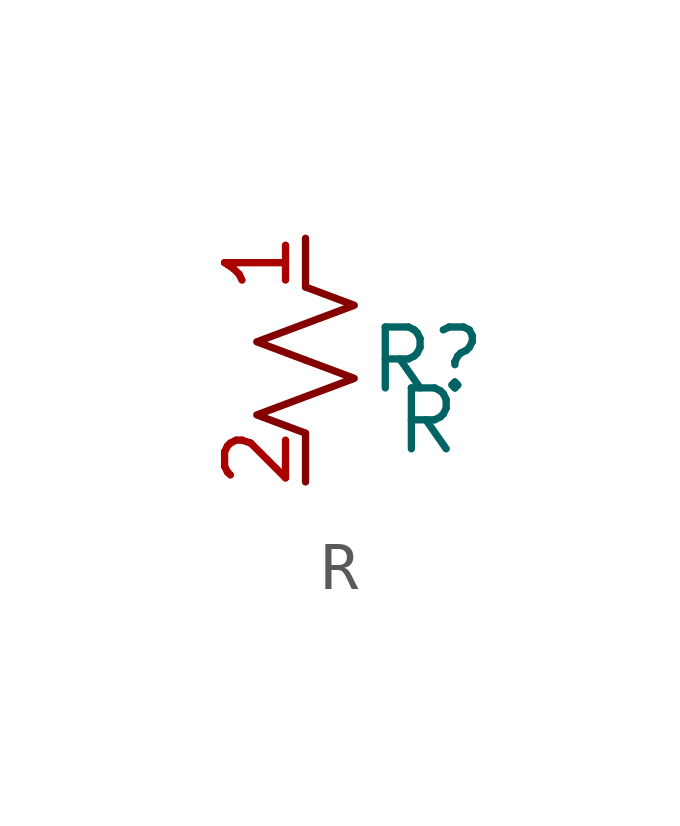
<source format=kicad_sym>
(kicad_symbol_lib
  (version 20211014)
  (generator kicad_symbol_editor)
  (symbol "R"
    (property "Reference" "R"
      (at 2.54 0 0)
      (effects (font (size 1.27 1.27))))
    (property "Value" "R"
      (at 2.54 -1.27 0)
      (effects (font (size 1.27 1.27))))
    (symbol "R_1_1"
      (polyline (pts (xy 0 0) (xy 1.016 -0.381) (xy 0 -0.762) (xy -1.016 -1.143) (xy 0 -1.524)) (stroke (width 0) (type default) (color 0 0 0 0)) (fill (type none)))
      (polyline (pts (xy 0 1.524) (xy 1.016 1.143) (xy 0 0.762) (xy -1.016 0.381) (xy 0 0)) (stroke (width 0) (type default) (color 0 0 0 0)) (fill (type none)))
      (pin passive line (at 0 2.54 270) (length 1.016) (name "~" (effects (font (size 1.27 1.27)))) (number "1" (effects (font (size 1.27 1.27)))))
      (pin passive line (at 0 -2.54 90) (length 1.016) (name "~" (effects (font (size 1.27 1.27)))) (number "2" (effects (font (size 1.27 1.27))))))))
</source>
